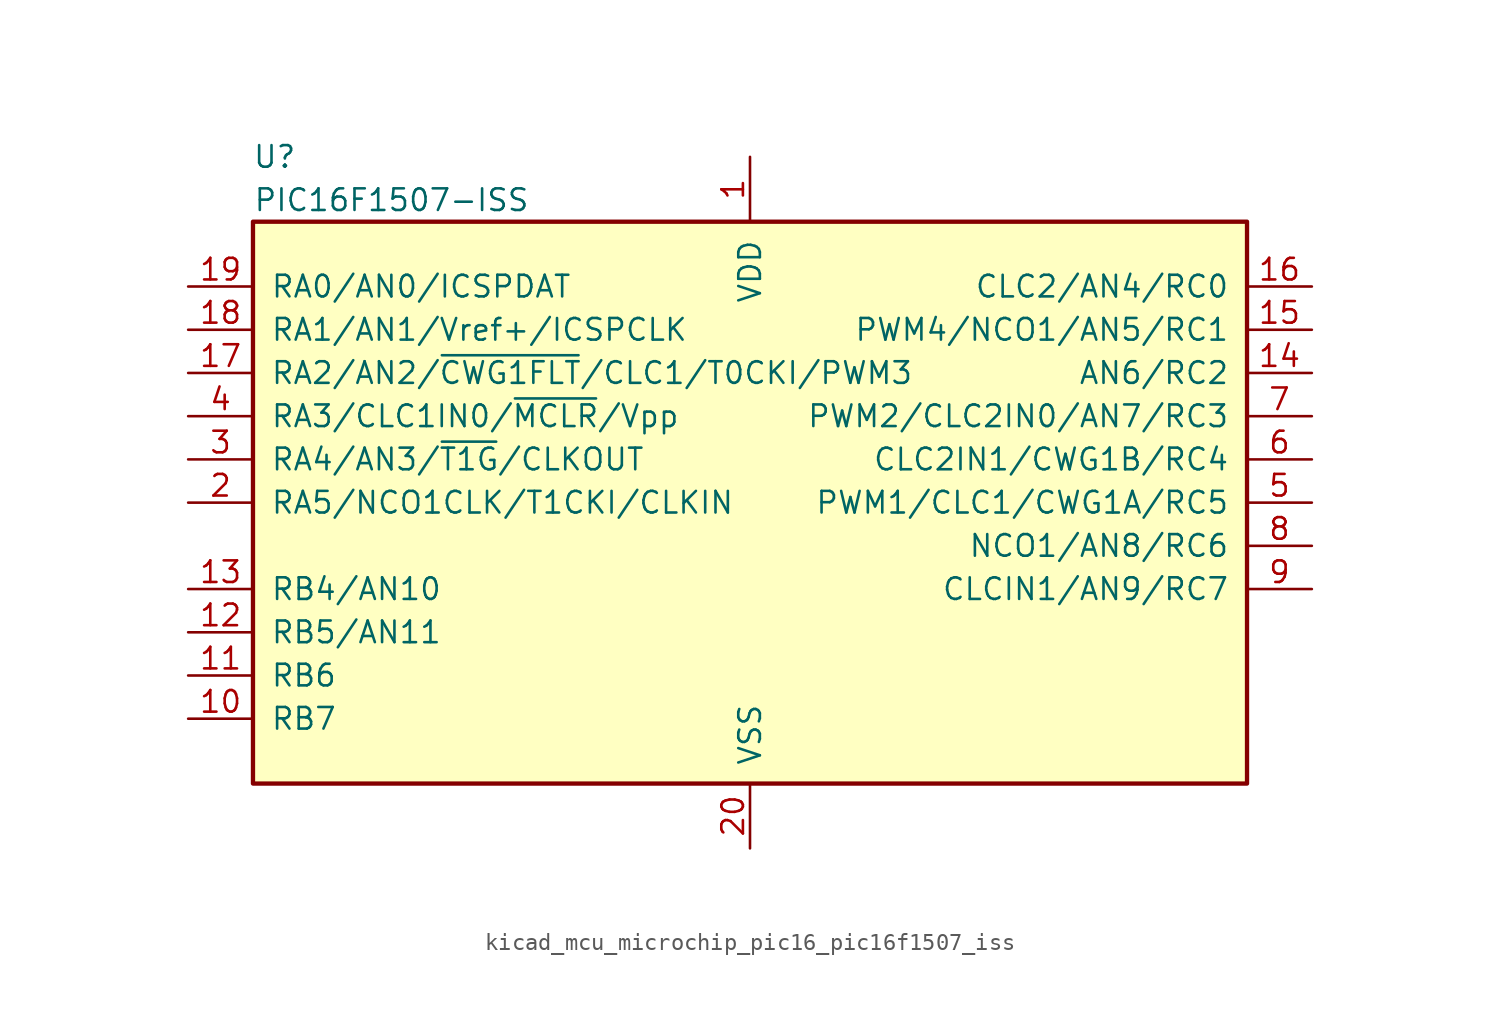
<source format=kicad_sym>
(kicad_symbol_lib
  (version 20220914)
  (generator kicad_symbol_editor)
  (symbol "kicad_mcu_microchip_pic16_pic16f1507_iss"
    (pin_names
      (offset 1.016))
    (property "Reference" "U"
      (at -27.94 20.32 0)
      (effects (font (size 1.27 1.27))))
    (property "Value" "PIC16F1507-ISS"
      (at -29.21 17.78 0)
      (effects (font (size 1.27 1.27)) (justify left)))
    (symbol "kicad_mcu_microchip_pic16_pic16f1507_iss_0_1"
      (rectangle (start -29.21 16.51) (end 29.21 -16.51) (stroke (width 0.254) (type default)) (fill (type background))))
    (symbol "kicad_mcu_microchip_pic16_pic16f1507_iss_1_1"
      (pin power_in line (at 0 20.32 270) (length 3.81) (name "VDD" (effects (font (size 1.27 1.27)))) (number "1" (effects (font (size 1.27 1.27)))))
      (pin bidirectional line (at -33.02 -12.7 0) (length 3.81) (name "RB7" (effects (font (size 1.27 1.27)))) (number "10" (effects (font (size 1.27 1.27)))))
      (pin bidirectional line (at -33.02 -10.16 0) (length 3.81) (name "RB6" (effects (font (size 1.27 1.27)))) (number "11" (effects (font (size 1.27 1.27)))))
      (pin bidirectional line (at -33.02 -7.62 0) (length 3.81) (name "RB5/AN11" (effects (font (size 1.27 1.27)))) (number "12" (effects (font (size 1.27 1.27)))))
      (pin bidirectional line (at -33.02 -5.08 0) (length 3.81) (name "RB4/AN10" (effects (font (size 1.27 1.27)))) (number "13" (effects (font (size 1.27 1.27)))))
      (pin bidirectional line (at 33.02 7.62 180) (length 3.81) (name "AN6/RC2" (effects (font (size 1.27 1.27)))) (number "14" (effects (font (size 1.27 1.27)))))
      (pin bidirectional line (at 33.02 10.16 180) (length 3.81) (name "PWM4/NCO1/AN5/RC1" (effects (font (size 1.27 1.27)))) (number "15" (effects (font (size 1.27 1.27)))))
      (pin bidirectional line (at 33.02 12.7 180) (length 3.81) (name "CLC2/AN4/RC0" (effects (font (size 1.27 1.27)))) (number "16" (effects (font (size 1.27 1.27)))))
      (pin bidirectional line (at -33.02 7.62 0) (length 3.81) (name "RA2/AN2/~{CWG1FLT}/CLC1/T0CKI/PWM3" (effects (font (size 1.27 1.27)))) (number "17" (effects (font (size 1.27 1.27)))))
      (pin bidirectional line (at -33.02 10.16 0) (length 3.81) (name "RA1/AN1/Vref+/ICSPCLK" (effects (font (size 1.27 1.27)))) (number "18" (effects (font (size 1.27 1.27)))))
      (pin bidirectional line (at -33.02 12.7 0) (length 3.81) (name "RA0/AN0/ICSPDAT" (effects (font (size 1.27 1.27)))) (number "19" (effects (font (size 1.27 1.27)))))
      (pin bidirectional line (at -33.02 0 0) (length 3.81) (name "RA5/NCO1CLK/T1CKI/CLKIN" (effects (font (size 1.27 1.27)))) (number "2" (effects (font (size 1.27 1.27)))))
      (pin power_in line (at 0 -20.32 90) (length 3.81) (name "VSS" (effects (font (size 1.27 1.27)))) (number "20" (effects (font (size 1.27 1.27)))))
      (pin bidirectional line (at -33.02 2.54 0) (length 3.81) (name "RA4/AN3/~{T1G}/CLKOUT" (effects (font (size 1.27 1.27)))) (number "3" (effects (font (size 1.27 1.27)))))
      (pin input line (at -33.02 5.08 0) (length 3.81) (name "RA3/CLC1IN0/~{MCLR}/Vpp" (effects (font (size 1.27 1.27)))) (number "4" (effects (font (size 1.27 1.27)))))
      (pin bidirectional line (at 33.02 0 180) (length 3.81) (name "PWM1/CLC1/CWG1A/RC5" (effects (font (size 1.27 1.27)))) (number "5" (effects (font (size 1.27 1.27)))))
      (pin bidirectional line (at 33.02 2.54 180) (length 3.81) (name "CLC2IN1/CWG1B/RC4" (effects (font (size 1.27 1.27)))) (number "6" (effects (font (size 1.27 1.27)))))
      (pin bidirectional line (at 33.02 5.08 180) (length 3.81) (name "PWM2/CLC2IN0/AN7/RC3" (effects (font (size 1.27 1.27)))) (number "7" (effects (font (size 1.27 1.27)))))
      (pin bidirectional line (at 33.02 -2.54 180) (length 3.81) (name "NCO1/AN8/RC6" (effects (font (size 1.27 1.27)))) (number "8" (effects (font (size 1.27 1.27)))))
      (pin bidirectional line (at 33.02 -5.08 180) (length 3.81) (name "CLCIN1/AN9/RC7" (effects (font (size 1.27 1.27)))) (number "9" (effects (font (size 1.27 1.27))))))))
</source>
